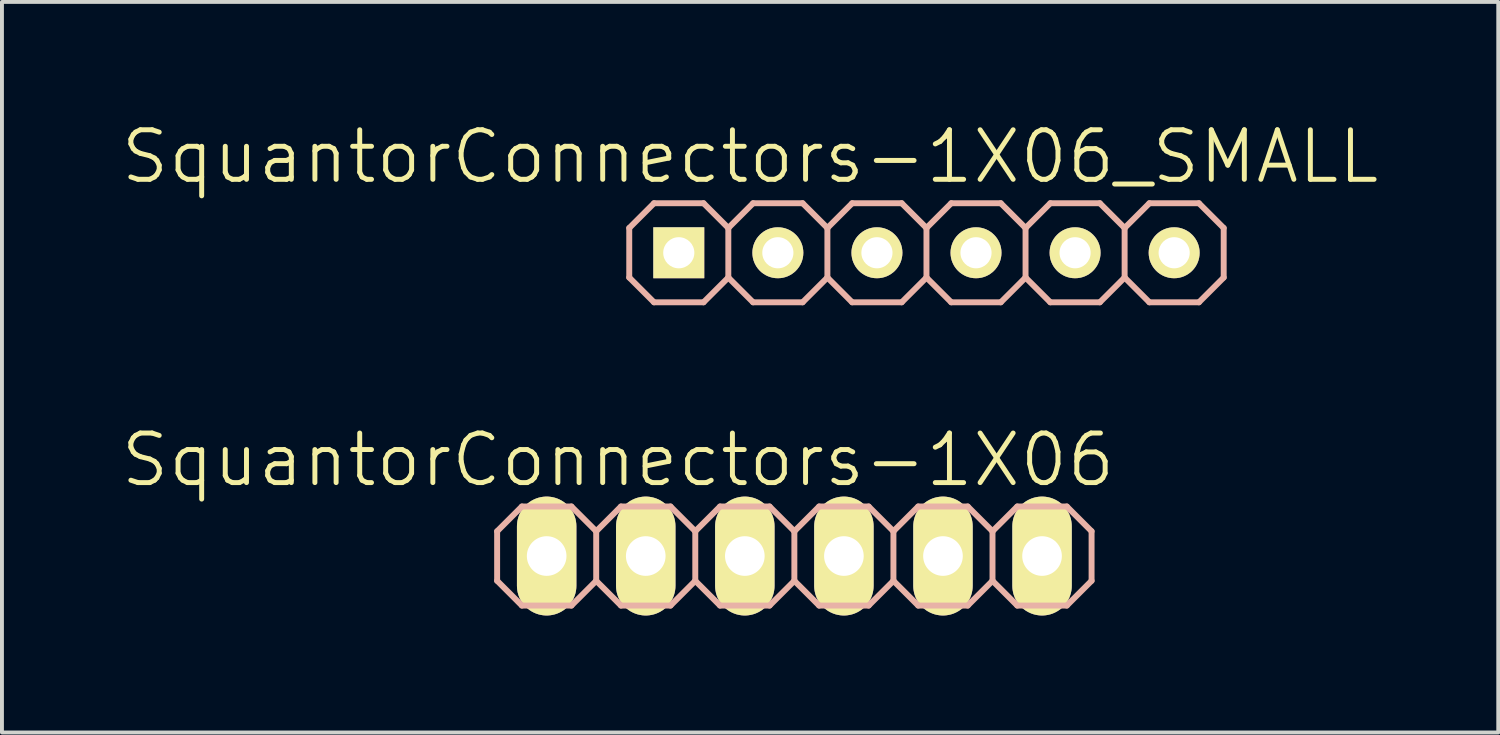
<source format=kicad_pcb>
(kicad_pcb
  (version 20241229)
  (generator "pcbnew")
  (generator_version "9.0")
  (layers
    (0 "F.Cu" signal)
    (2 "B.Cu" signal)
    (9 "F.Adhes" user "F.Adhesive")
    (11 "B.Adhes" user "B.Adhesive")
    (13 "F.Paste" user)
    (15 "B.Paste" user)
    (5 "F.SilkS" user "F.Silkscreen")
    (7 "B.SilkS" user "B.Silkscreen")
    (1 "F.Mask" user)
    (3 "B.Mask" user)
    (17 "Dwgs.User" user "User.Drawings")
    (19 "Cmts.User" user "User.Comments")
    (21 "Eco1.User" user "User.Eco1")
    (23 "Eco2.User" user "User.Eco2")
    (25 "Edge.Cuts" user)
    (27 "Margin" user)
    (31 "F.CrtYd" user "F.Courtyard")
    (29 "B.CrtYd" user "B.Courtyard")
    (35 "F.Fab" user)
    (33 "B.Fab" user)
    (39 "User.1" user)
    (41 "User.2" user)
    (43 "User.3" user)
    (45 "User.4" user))
  (footprint "SquantorConnectors-1X06"
    (layer "F.Cu")
    (at 17.315 11.205)
    (property "Reference" "SquantorConnectors-1X06" (at -4.521 -2.464 0) (layer "F.SilkS") (effects (font (size 1.27 1.27) (thickness 0.127))))
    (attr exclude_from_pos_files exclude_from_bom)
    (fp_line (start -6.604 -0.254) (end -6.096 -0.254) (stroke (width 0.066) (type solid)) (layer "F.SilkS"))
    (fp_line (start -6.604 0.254) (end -6.604 -0.254) (stroke (width 0.066) (type solid)) (layer "F.SilkS"))
    (fp_line (start -6.604 0.254) (end -6.096 0.254) (stroke (width 0.066) (type solid)) (layer "F.SilkS"))
    (fp_line (start -6.096 0.254) (end -6.096 -0.254) (stroke (width 0.066) (type solid)) (layer "F.SilkS"))
    (fp_line (start -4.064 -0.254) (end -3.556 -0.254) (stroke (width 0.066) (type solid)) (layer "F.SilkS"))
    (fp_line (start -4.064 0.254) (end -4.064 -0.254) (stroke (width 0.066) (type solid)) (layer "F.SilkS"))
    (fp_line (start -4.064 0.254) (end -3.556 0.254) (stroke (width 0.066) (type solid)) (layer "F.SilkS"))
    (fp_line (start -3.556 0.254) (end -3.556 -0.254) (stroke (width 0.066) (type solid)) (layer "F.SilkS"))
    (fp_line (start -1.524 -0.254) (end -1.016 -0.254) (stroke (width 0.066) (type solid)) (layer "F.SilkS"))
    (fp_line (start -1.524 0.254) (end -1.524 -0.254) (stroke (width 0.066) (type solid)) (layer "F.SilkS"))
    (fp_line (start -1.524 0.254) (end -1.016 0.254) (stroke (width 0.066) (type solid)) (layer "F.SilkS"))
    (fp_line (start -1.016 0.254) (end -1.016 -0.254) (stroke (width 0.066) (type solid)) (layer "F.SilkS"))
    (fp_line (start 1.016 -0.254) (end 1.524 -0.254) (stroke (width 0.066) (type solid)) (layer "F.SilkS"))
    (fp_line (start 1.016 0.254) (end 1.016 -0.254) (stroke (width 0.066) (type solid)) (layer "F.SilkS"))
    (fp_line (start 1.016 0.254) (end 1.524 0.254) (stroke (width 0.066) (type solid)) (layer "F.SilkS"))
    (fp_line (start 1.524 0.254) (end 1.524 -0.254) (stroke (width 0.066) (type solid)) (layer "F.SilkS"))
    (fp_line (start 3.556 -0.254) (end 4.064 -0.254) (stroke (width 0.066) (type solid)) (layer "F.SilkS"))
    (fp_line (start 3.556 0.254) (end 3.556 -0.254) (stroke (width 0.066) (type solid)) (layer "F.SilkS"))
    (fp_line (start 3.556 0.254) (end 4.064 0.254) (stroke (width 0.066) (type solid)) (layer "F.SilkS"))
    (fp_line (start 4.064 0.254) (end 4.064 -0.254) (stroke (width 0.066) (type solid)) (layer "F.SilkS"))
    (fp_line (start 6.096 -0.254) (end 6.604 -0.254) (stroke (width 0.066) (type solid)) (layer "F.SilkS"))
    (fp_line (start 6.096 0.254) (end 6.096 -0.254) (stroke (width 0.066) (type solid)) (layer "F.SilkS"))
    (fp_line (start 6.096 0.254) (end 6.604 0.254) (stroke (width 0.066) (type solid)) (layer "F.SilkS"))
    (fp_line (start 6.604 0.254) (end 6.604 -0.254) (stroke (width 0.066) (type solid)) (layer "F.SilkS"))
    (fp_line (start -7.62 -0.635) (end -7.62 0.635) (stroke (width 0.152) (type solid)) (layer "B.SilkS"))
    (fp_line (start -7.62 0.635) (end -6.985 1.27) (stroke (width 0.152) (type solid)) (layer "B.SilkS"))
    (fp_line (start -6.985 -1.27) (end -7.62 -0.635) (stroke (width 0.152) (type solid)) (layer "B.SilkS"))
    (fp_line (start -6.985 -1.27) (end -5.715 -1.27) (stroke (width 0.152) (type solid)) (layer "B.SilkS"))
    (fp_line (start -5.715 -1.27) (end -5.08 -0.635) (stroke (width 0.152) (type solid)) (layer "B.SilkS"))
    (fp_line (start -5.715 1.27) (end -6.985 1.27) (stroke (width 0.152) (type solid)) (layer "B.SilkS"))
    (fp_line (start -5.08 -0.635) (end -5.08 0.635) (stroke (width 0.152) (type solid)) (layer "B.SilkS"))
    (fp_line (start -5.08 -0.635) (end -4.445 -1.27) (stroke (width 0.152) (type solid)) (layer "B.SilkS"))
    (fp_line (start -5.08 0.635) (end -5.715 1.27) (stroke (width 0.152) (type solid)) (layer "B.SilkS"))
    (fp_line (start -4.445 -1.27) (end -3.175 -1.27) (stroke (width 0.152) (type solid)) (layer "B.SilkS"))
    (fp_line (start -4.445 1.27) (end -5.08 0.635) (stroke (width 0.152) (type solid)) (layer "B.SilkS"))
    (fp_line (start -3.175 -1.27) (end -2.54 -0.635) (stroke (width 0.152) (type solid)) (layer "B.SilkS"))
    (fp_line (start -3.175 1.27) (end -4.445 1.27) (stroke (width 0.152) (type solid)) (layer "B.SilkS"))
    (fp_line (start -2.54 -0.635) (end -2.54 0.635) (stroke (width 0.152) (type solid)) (layer "B.SilkS"))
    (fp_line (start -2.54 -0.635) (end -1.905 -1.27) (stroke (width 0.152) (type solid)) (layer "B.SilkS"))
    (fp_line (start -2.54 0.635) (end -3.175 1.27) (stroke (width 0.152) (type solid)) (layer "B.SilkS"))
    (fp_line (start -1.905 -1.27) (end -0.635 -1.27) (stroke (width 0.152) (type solid)) (layer "B.SilkS"))
    (fp_line (start -1.905 1.27) (end -2.54 0.635) (stroke (width 0.152) (type solid)) (layer "B.SilkS"))
    (fp_line (start -0.635 -1.27) (end 0 -0.635) (stroke (width 0.152) (type solid)) (layer "B.SilkS"))
    (fp_line (start -0.635 1.27) (end -1.905 1.27) (stroke (width 0.152) (type solid)) (layer "B.SilkS"))
    (fp_line (start 0 -0.635) (end 0 0.635) (stroke (width 0.152) (type solid)) (layer "B.SilkS"))
    (fp_line (start 0 0.635) (end -0.635 1.27) (stroke (width 0.152) (type solid)) (layer "B.SilkS"))
    (fp_line (start 0 0.635) (end 0.635 1.27) (stroke (width 0.152) (type solid)) (layer "B.SilkS"))
    (fp_line (start 0.635 -1.27) (end 0 -0.635) (stroke (width 0.152) (type solid)) (layer "B.SilkS"))
    (fp_line (start 0.635 -1.27) (end 1.905 -1.27) (stroke (width 0.152) (type solid)) (layer "B.SilkS"))
    (fp_line (start 1.905 -1.27) (end 2.54 -0.635) (stroke (width 0.152) (type solid)) (layer "B.SilkS"))
    (fp_line (start 1.905 1.27) (end 0.635 1.27) (stroke (width 0.152) (type solid)) (layer "B.SilkS"))
    (fp_line (start 2.54 -0.635) (end 2.54 0.635) (stroke (width 0.152) (type solid)) (layer "B.SilkS"))
    (fp_line (start 2.54 -0.635) (end 3.175 -1.27) (stroke (width 0.152) (type solid)) (layer "B.SilkS"))
    (fp_line (start 2.54 0.635) (end 1.905 1.27) (stroke (width 0.152) (type solid)) (layer "B.SilkS"))
    (fp_line (start 3.175 -1.27) (end 4.445 -1.27) (stroke (width 0.152) (type solid)) (layer "B.SilkS"))
    (fp_line (start 3.175 1.27) (end 2.54 0.635) (stroke (width 0.152) (type solid)) (layer "B.SilkS"))
    (fp_line (start 4.445 -1.27) (end 5.08 -0.635) (stroke (width 0.152) (type solid)) (layer "B.SilkS"))
    (fp_line (start 4.445 1.27) (end 3.175 1.27) (stroke (width 0.152) (type solid)) (layer "B.SilkS"))
    (fp_line (start 5.08 -0.635) (end 5.08 0.635) (stroke (width 0.152) (type solid)) (layer "B.SilkS"))
    (fp_line (start 5.08 0.635) (end 4.445 1.27) (stroke (width 0.152) (type solid)) (layer "B.SilkS"))
    (fp_line (start 5.08 0.635) (end 5.715 1.27) (stroke (width 0.152) (type solid)) (layer "B.SilkS"))
    (fp_line (start 5.715 -1.27) (end 5.08 -0.635) (stroke (width 0.152) (type solid)) (layer "B.SilkS"))
    (fp_line (start 5.715 -1.27) (end 6.985 -1.27) (stroke (width 0.152) (type solid)) (layer "B.SilkS"))
    (fp_line (start 6.985 -1.27) (end 7.62 -0.635) (stroke (width 0.152) (type solid)) (layer "B.SilkS"))
    (fp_line (start 6.985 1.27) (end 5.715 1.27) (stroke (width 0.152) (type solid)) (layer "B.SilkS"))
    (fp_line (start 7.62 -0.635) (end 7.62 0.635) (stroke (width 0.152) (type solid)) (layer "B.SilkS"))
    (fp_line (start 7.62 0.635) (end 6.985 1.27) (stroke (width 0.152) (type solid)) (layer "B.SilkS"))
    (pad "1" thru_hole oval (at -6.35 0 180) (size 1.524 3.048) (drill 1.016) (layers "*.Cu" "F.Mask" "F.SilkS" "F.Paste"))
    (pad "2" thru_hole oval (at -3.81 0 180) (size 1.524 3.048) (drill 1.016) (layers "*.Cu" "F.Mask" "F.SilkS" "F.Paste"))
    (pad "3" thru_hole oval (at -1.27 0 180) (size 1.524 3.048) (drill 1.016) (layers "*.Cu" "F.Mask" "F.SilkS" "F.Paste"))
    (pad "4" thru_hole oval (at 1.27 0 180) (size 1.524 3.048) (drill 1.016) (layers "*.Cu" "F.Mask" "F.SilkS" "F.Paste"))
    (pad "5" thru_hole oval (at 3.81 0 180) (size 1.524 3.048) (drill 1.016) (layers "*.Cu" "F.Mask" "F.SilkS" "F.Paste"))
    (pad "6" thru_hole oval (at 6.35 0 180) (size 1.524 3.048) (drill 1.016) (layers "*.Cu" "F.Mask" "F.SilkS" "F.Paste")))
  (footprint "SquantorConnectors-1X06_SMALL"
    (layer "F.Cu")
    (at 20.702 3.43)
    (property "Reference" "SquantorConnectors-1X06_SMALL" (at -4.521 -2.464 0) (layer "F.SilkS") (effects (font (size 1.27 1.27) (thickness 0.127))))
    (attr exclude_from_pos_files exclude_from_bom)
    (fp_line (start -6.604 -0.254) (end -6.096 -0.254) (stroke (width 0.066) (type solid)) (layer "F.SilkS"))
    (fp_line (start -6.604 0.254) (end -6.604 -0.254) (stroke (width 0.066) (type solid)) (layer "F.SilkS"))
    (fp_line (start -6.604 0.254) (end -6.096 0.254) (stroke (width 0.066) (type solid)) (layer "F.SilkS"))
    (fp_line (start -6.096 0.254) (end -6.096 -0.254) (stroke (width 0.066) (type solid)) (layer "F.SilkS"))
    (fp_line (start -4.064 -0.254) (end -3.556 -0.254) (stroke (width 0.066) (type solid)) (layer "F.SilkS"))
    (fp_line (start -4.064 0.254) (end -4.064 -0.254) (stroke (width 0.066) (type solid)) (layer "F.SilkS"))
    (fp_line (start -4.064 0.254) (end -3.556 0.254) (stroke (width 0.066) (type solid)) (layer "F.SilkS"))
    (fp_line (start -3.556 0.254) (end -3.556 -0.254) (stroke (width 0.066) (type solid)) (layer "F.SilkS"))
    (fp_line (start -1.524 -0.254) (end -1.016 -0.254) (stroke (width 0.066) (type solid)) (layer "F.SilkS"))
    (fp_line (start -1.524 0.254) (end -1.524 -0.254) (stroke (width 0.066) (type solid)) (layer "F.SilkS"))
    (fp_line (start -1.524 0.254) (end -1.016 0.254) (stroke (width 0.066) (type solid)) (layer "F.SilkS"))
    (fp_line (start -1.016 0.254) (end -1.016 -0.254) (stroke (width 0.066) (type solid)) (layer "F.SilkS"))
    (fp_line (start 1.016 -0.254) (end 1.524 -0.254) (stroke (width 0.066) (type solid)) (layer "F.SilkS"))
    (fp_line (start 1.016 0.254) (end 1.016 -0.254) (stroke (width 0.066) (type solid)) (layer "F.SilkS"))
    (fp_line (start 1.016 0.254) (end 1.524 0.254) (stroke (width 0.066) (type solid)) (layer "F.SilkS"))
    (fp_line (start 1.524 0.254) (end 1.524 -0.254) (stroke (width 0.066) (type solid)) (layer "F.SilkS"))
    (fp_line (start 3.556 -0.254) (end 4.064 -0.254) (stroke (width 0.066) (type solid)) (layer "F.SilkS"))
    (fp_line (start 3.556 0.254) (end 3.556 -0.254) (stroke (width 0.066) (type solid)) (layer "F.SilkS"))
    (fp_line (start 3.556 0.254) (end 4.064 0.254) (stroke (width 0.066) (type solid)) (layer "F.SilkS"))
    (fp_line (start 4.064 0.254) (end 4.064 -0.254) (stroke (width 0.066) (type solid)) (layer "F.SilkS"))
    (fp_line (start 6.096 -0.254) (end 6.604 -0.254) (stroke (width 0.066) (type solid)) (layer "F.SilkS"))
    (fp_line (start 6.096 0.254) (end 6.096 -0.254) (stroke (width 0.066) (type solid)) (layer "F.SilkS"))
    (fp_line (start 6.096 0.254) (end 6.604 0.254) (stroke (width 0.066) (type solid)) (layer "F.SilkS"))
    (fp_line (start 6.604 0.254) (end 6.604 -0.254) (stroke (width 0.066) (type solid)) (layer "F.SilkS"))
    (fp_line (start -7.62 -0.635) (end -7.62 0.635) (stroke (width 0.152) (type solid)) (layer "B.SilkS"))
    (fp_line (start -7.62 0.635) (end -6.985 1.27) (stroke (width 0.152) (type solid)) (layer "B.SilkS"))
    (fp_line (start -6.985 -1.27) (end -7.62 -0.635) (stroke (width 0.152) (type solid)) (layer "B.SilkS"))
    (fp_line (start -6.985 -1.27) (end -5.715 -1.27) (stroke (width 0.152) (type solid)) (layer "B.SilkS"))
    (fp_line (start -5.715 -1.27) (end -5.08 -0.635) (stroke (width 0.152) (type solid)) (layer "B.SilkS"))
    (fp_line (start -5.715 1.27) (end -6.985 1.27) (stroke (width 0.152) (type solid)) (layer "B.SilkS"))
    (fp_line (start -5.08 -0.635) (end -5.08 0.635) (stroke (width 0.152) (type solid)) (layer "B.SilkS"))
    (fp_line (start -5.08 -0.635) (end -4.445 -1.27) (stroke (width 0.152) (type solid)) (layer "B.SilkS"))
    (fp_line (start -5.08 0.635) (end -5.715 1.27) (stroke (width 0.152) (type solid)) (layer "B.SilkS"))
    (fp_line (start -4.445 -1.27) (end -3.175 -1.27) (stroke (width 0.152) (type solid)) (layer "B.SilkS"))
    (fp_line (start -4.445 1.27) (end -5.08 0.635) (stroke (width 0.152) (type solid)) (layer "B.SilkS"))
    (fp_line (start -3.175 -1.27) (end -2.54 -0.635) (stroke (width 0.152) (type solid)) (layer "B.SilkS"))
    (fp_line (start -3.175 1.27) (end -4.445 1.27) (stroke (width 0.152) (type solid)) (layer "B.SilkS"))
    (fp_line (start -2.54 -0.635) (end -2.54 0.635) (stroke (width 0.152) (type solid)) (layer "B.SilkS"))
    (fp_line (start -2.54 -0.635) (end -1.905 -1.27) (stroke (width 0.152) (type solid)) (layer "B.SilkS"))
    (fp_line (start -2.54 0.635) (end -3.175 1.27) (stroke (width 0.152) (type solid)) (layer "B.SilkS"))
    (fp_line (start -1.905 -1.27) (end -0.635 -1.27) (stroke (width 0.152) (type solid)) (layer "B.SilkS"))
    (fp_line (start -1.905 1.27) (end -2.54 0.635) (stroke (width 0.152) (type solid)) (layer "B.SilkS"))
    (fp_line (start -0.635 -1.27) (end 0 -0.635) (stroke (width 0.152) (type solid)) (layer "B.SilkS"))
    (fp_line (start -0.635 1.27) (end -1.905 1.27) (stroke (width 0.152) (type solid)) (layer "B.SilkS"))
    (fp_line (start 0 -0.635) (end 0 0.635) (stroke (width 0.152) (type solid)) (layer "B.SilkS"))
    (fp_line (start 0 0.635) (end -0.635 1.27) (stroke (width 0.152) (type solid)) (layer "B.SilkS"))
    (fp_line (start 0 0.635) (end 0.635 1.27) (stroke (width 0.152) (type solid)) (layer "B.SilkS"))
    (fp_line (start 0.635 -1.27) (end 0 -0.635) (stroke (width 0.152) (type solid)) (layer "B.SilkS"))
    (fp_line (start 0.635 -1.27) (end 1.905 -1.27) (stroke (width 0.152) (type solid)) (layer "B.SilkS"))
    (fp_line (start 1.905 -1.27) (end 2.54 -0.635) (stroke (width 0.152) (type solid)) (layer "B.SilkS"))
    (fp_line (start 1.905 1.27) (end 0.635 1.27) (stroke (width 0.152) (type solid)) (layer "B.SilkS"))
    (fp_line (start 2.54 -0.635) (end 2.54 0.635) (stroke (width 0.152) (type solid)) (layer "B.SilkS"))
    (fp_line (start 2.54 -0.635) (end 3.175 -1.27) (stroke (width 0.152) (type solid)) (layer "B.SilkS"))
    (fp_line (start 2.54 0.635) (end 1.905 1.27) (stroke (width 0.152) (type solid)) (layer "B.SilkS"))
    (fp_line (start 3.175 -1.27) (end 4.445 -1.27) (stroke (width 0.152) (type solid)) (layer "B.SilkS"))
    (fp_line (start 3.175 1.27) (end 2.54 0.635) (stroke (width 0.152) (type solid)) (layer "B.SilkS"))
    (fp_line (start 4.445 -1.27) (end 5.08 -0.635) (stroke (width 0.152) (type solid)) (layer "B.SilkS"))
    (fp_line (start 4.445 1.27) (end 3.175 1.27) (stroke (width 0.152) (type solid)) (layer "B.SilkS"))
    (fp_line (start 5.08 -0.635) (end 5.08 0.635) (stroke (width 0.152) (type solid)) (layer "B.SilkS"))
    (fp_line (start 5.08 0.635) (end 4.445 1.27) (stroke (width 0.152) (type solid)) (layer "B.SilkS"))
    (fp_line (start 5.08 0.635) (end 5.715 1.27) (stroke (width 0.152) (type solid)) (layer "B.SilkS"))
    (fp_line (start 5.715 -1.27) (end 5.08 -0.635) (stroke (width 0.152) (type solid)) (layer "B.SilkS"))
    (fp_line (start 5.715 -1.27) (end 6.985 -1.27) (stroke (width 0.152) (type solid)) (layer "B.SilkS"))
    (fp_line (start 6.985 -1.27) (end 7.62 -0.635) (stroke (width 0.152) (type solid)) (layer "B.SilkS"))
    (fp_line (start 6.985 1.27) (end 5.715 1.27) (stroke (width 0.152) (type solid)) (layer "B.SilkS"))
    (fp_line (start 7.62 -0.635) (end 7.62 0.635) (stroke (width 0.152) (type solid)) (layer "B.SilkS"))
    (fp_line (start 7.62 0.635) (end 6.985 1.27) (stroke (width 0.152) (type solid)) (layer "B.SilkS"))
    (pad "1" thru_hole rect (at -6.35 0) (size 1.306 1.306) (drill 0.798) (layers "*.Cu" "F.Mask" "F.SilkS" "F.Paste"))
    (pad "2" thru_hole circle (at -3.81 0) (size 1.306 1.306) (drill 0.798) (layers "*.Cu" "F.Mask" "F.SilkS" "F.Paste"))
    (pad "3" thru_hole circle (at -1.27 0) (size 1.306 1.306) (drill 0.798) (layers "*.Cu" "F.Mask" "F.SilkS" "F.Paste"))
    (pad "4" thru_hole circle (at 1.27 0) (size 1.306 1.306) (drill 0.798) (layers "*.Cu" "F.Mask" "F.SilkS" "F.Paste"))
    (pad "5" thru_hole circle (at 3.81 0) (size 1.306 1.306) (drill 0.798) (layers "*.Cu" "F.Mask" "F.SilkS" "F.Paste"))
    (pad "6" thru_hole circle (at 6.35 0) (size 1.306 1.306) (drill 0.798) (layers "*.Cu" "F.Mask" "F.SilkS" "F.Paste")))
  (gr_rect
    (start -3 -3)
    (end 35.361 15.729)
    (stroke (width 0.1) (type default))
    (fill no)
    (layer "Edge.Cuts")))
</source>
